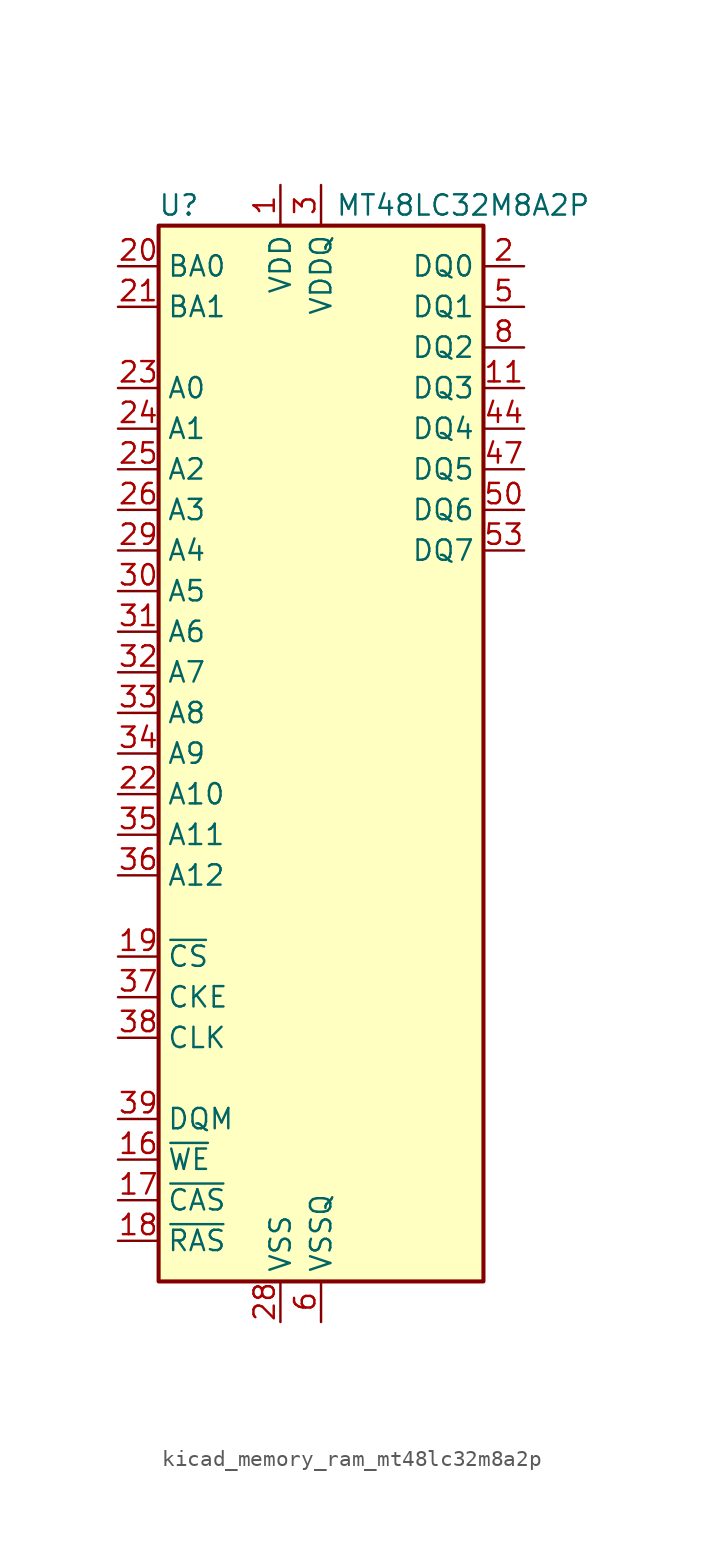
<source format=kicad_sym>
(kicad_symbol_lib
  (version 20220914)
  (generator kicad_symbol_editor)
  (symbol "kicad_memory_ram_mt48lc32m8a2p"
    (property "Reference" "U"
      (at -8.89 34.29 0)
      (effects (font (size 1.27 1.27))))
    (property "Value" "MT48LC32M8A2P"
      (at 8.89 34.29 0)
      (effects (font (size 1.27 1.27))))
    (symbol "kicad_memory_ram_mt48lc32m8a2p_0_1"
      (rectangle (start -10.16 33.02) (end 10.16 -33.02) (stroke (width 0.254) (type default)) (fill (type background))))
    (symbol "kicad_memory_ram_mt48lc32m8a2p_1_1"
      (pin power_in line (at -2.54 35.56 270) (length 2.54) (name "VDD" (effects (font (size 1.27 1.27)))) (number "1" (effects (font (size 1.27 1.27)))))
      (pin no_connect line (at 10.16 2.54 180) (length 2.54) hide (name "NC" (effects (font (size 1.27 1.27)))) (number "10" (effects (font (size 1.27 1.27)))))
      (pin bidirectional line (at 12.7 22.86 180) (length 2.54) (name "DQ3" (effects (font (size 1.27 1.27)))) (number "11" (effects (font (size 1.27 1.27)))))
      (pin passive line (at 0 -35.56 90) (length 2.54) hide (name "VSSQ" (effects (font (size 1.27 1.27)))) (number "12" (effects (font (size 1.27 1.27)))))
      (pin no_connect line (at 10.16 7.62 180) (length 2.54) hide (name "NC" (effects (font (size 1.27 1.27)))) (number "13" (effects (font (size 1.27 1.27)))))
      (pin passive line (at -2.54 35.56 270) (length 2.54) hide (name "VDD" (effects (font (size 1.27 1.27)))) (number "14" (effects (font (size 1.27 1.27)))))
      (pin no_connect line (at -10.16 -20.32 0) (length 2.54) hide (name "NC" (effects (font (size 1.27 1.27)))) (number "15" (effects (font (size 1.27 1.27)))))
      (pin input line (at -12.7 -25.4 0) (length 2.54) (name "~{WE}" (effects (font (size 1.27 1.27)))) (number "16" (effects (font (size 1.27 1.27)))))
      (pin input line (at -12.7 -27.94 0) (length 2.54) (name "~{CAS}" (effects (font (size 1.27 1.27)))) (number "17" (effects (font (size 1.27 1.27)))))
      (pin input line (at -12.7 -30.48 0) (length 2.54) (name "~{RAS}" (effects (font (size 1.27 1.27)))) (number "18" (effects (font (size 1.27 1.27)))))
      (pin input line (at -12.7 -12.7 0) (length 2.54) (name "~{CS}" (effects (font (size 1.27 1.27)))) (number "19" (effects (font (size 1.27 1.27)))))
      (pin bidirectional line (at 12.7 30.48 180) (length 2.54) (name "DQ0" (effects (font (size 1.27 1.27)))) (number "2" (effects (font (size 1.27 1.27)))))
      (pin input line (at -12.7 30.48 0) (length 2.54) (name "BA0" (effects (font (size 1.27 1.27)))) (number "20" (effects (font (size 1.27 1.27)))))
      (pin input line (at -12.7 27.94 0) (length 2.54) (name "BA1" (effects (font (size 1.27 1.27)))) (number "21" (effects (font (size 1.27 1.27)))))
      (pin input line (at -12.7 -2.54 0) (length 2.54) (name "A10" (effects (font (size 1.27 1.27)))) (number "22" (effects (font (size 1.27 1.27)))))
      (pin input line (at -12.7 22.86 0) (length 2.54) (name "A0" (effects (font (size 1.27 1.27)))) (number "23" (effects (font (size 1.27 1.27)))))
      (pin input line (at -12.7 20.32 0) (length 2.54) (name "A1" (effects (font (size 1.27 1.27)))) (number "24" (effects (font (size 1.27 1.27)))))
      (pin input line (at -12.7 17.78 0) (length 2.54) (name "A2" (effects (font (size 1.27 1.27)))) (number "25" (effects (font (size 1.27 1.27)))))
      (pin input line (at -12.7 15.24 0) (length 2.54) (name "A3" (effects (font (size 1.27 1.27)))) (number "26" (effects (font (size 1.27 1.27)))))
      (pin passive line (at -2.54 35.56 270) (length 2.54) hide (name "VDD" (effects (font (size 1.27 1.27)))) (number "27" (effects (font (size 1.27 1.27)))))
      (pin power_in line (at -2.54 -35.56 90) (length 2.54) (name "VSS" (effects (font (size 1.27 1.27)))) (number "28" (effects (font (size 1.27 1.27)))))
      (pin input line (at -12.7 12.7 0) (length 2.54) (name "A4" (effects (font (size 1.27 1.27)))) (number "29" (effects (font (size 1.27 1.27)))))
      (pin power_in line (at 0 35.56 270) (length 2.54) (name "VDDQ" (effects (font (size 1.27 1.27)))) (number "3" (effects (font (size 1.27 1.27)))))
      (pin input line (at -12.7 10.16 0) (length 2.54) (name "A5" (effects (font (size 1.27 1.27)))) (number "30" (effects (font (size 1.27 1.27)))))
      (pin input line (at -12.7 7.62 0) (length 2.54) (name "A6" (effects (font (size 1.27 1.27)))) (number "31" (effects (font (size 1.27 1.27)))))
      (pin input line (at -12.7 5.08 0) (length 2.54) (name "A7" (effects (font (size 1.27 1.27)))) (number "32" (effects (font (size 1.27 1.27)))))
      (pin input line (at -12.7 2.54 0) (length 2.54) (name "A8" (effects (font (size 1.27 1.27)))) (number "33" (effects (font (size 1.27 1.27)))))
      (pin input line (at -12.7 0 0) (length 2.54) (name "A9" (effects (font (size 1.27 1.27)))) (number "34" (effects (font (size 1.27 1.27)))))
      (pin input line (at -12.7 -5.08 0) (length 2.54) (name "A11" (effects (font (size 1.27 1.27)))) (number "35" (effects (font (size 1.27 1.27)))))
      (pin input line (at -12.7 -7.62 0) (length 2.54) (name "A12" (effects (font (size 1.27 1.27)))) (number "36" (effects (font (size 1.27 1.27)))))
      (pin input line (at -12.7 -15.24 0) (length 2.54) (name "CKE" (effects (font (size 1.27 1.27)))) (number "37" (effects (font (size 1.27 1.27)))))
      (pin input line (at -12.7 -17.78 0) (length 2.54) (name "CLK" (effects (font (size 1.27 1.27)))) (number "38" (effects (font (size 1.27 1.27)))))
      (pin input line (at -12.7 -22.86 0) (length 2.54) (name "DQM" (effects (font (size 1.27 1.27)))) (number "39" (effects (font (size 1.27 1.27)))))
      (pin no_connect line (at 10.16 -7.62 180) (length 2.54) hide (name "NC" (effects (font (size 1.27 1.27)))) (number "4" (effects (font (size 1.27 1.27)))))
      (pin no_connect line (at 10.16 -20.32 180) (length 2.54) hide (name "NC" (effects (font (size 1.27 1.27)))) (number "40" (effects (font (size 1.27 1.27)))))
      (pin passive line (at -2.54 -35.56 90) (length 2.54) hide (name "VSS" (effects (font (size 1.27 1.27)))) (number "41" (effects (font (size 1.27 1.27)))))
      (pin no_connect line (at 10.16 10.16 180) (length 2.54) hide (name "NC" (effects (font (size 1.27 1.27)))) (number "42" (effects (font (size 1.27 1.27)))))
      (pin passive line (at 0 35.56 270) (length 2.54) hide (name "VDDQ" (effects (font (size 1.27 1.27)))) (number "43" (effects (font (size 1.27 1.27)))))
      (pin bidirectional line (at 12.7 20.32 180) (length 2.54) (name "DQ4" (effects (font (size 1.27 1.27)))) (number "44" (effects (font (size 1.27 1.27)))))
      (pin no_connect line (at 10.16 5.08 180) (length 2.54) hide (name "NC" (effects (font (size 1.27 1.27)))) (number "45" (effects (font (size 1.27 1.27)))))
      (pin passive line (at 0 -35.56 90) (length 2.54) hide (name "VSSQ" (effects (font (size 1.27 1.27)))) (number "46" (effects (font (size 1.27 1.27)))))
      (pin bidirectional line (at 12.7 17.78 180) (length 2.54) (name "DQ5" (effects (font (size 1.27 1.27)))) (number "47" (effects (font (size 1.27 1.27)))))
      (pin no_connect line (at 10.16 0 180) (length 2.54) hide (name "NC" (effects (font (size 1.27 1.27)))) (number "48" (effects (font (size 1.27 1.27)))))
      (pin passive line (at 0 35.56 270) (length 2.54) hide (name "VDDQ" (effects (font (size 1.27 1.27)))) (number "49" (effects (font (size 1.27 1.27)))))
      (pin bidirectional line (at 12.7 27.94 180) (length 2.54) (name "DQ1" (effects (font (size 1.27 1.27)))) (number "5" (effects (font (size 1.27 1.27)))))
      (pin bidirectional line (at 12.7 15.24 180) (length 2.54) (name "DQ6" (effects (font (size 1.27 1.27)))) (number "50" (effects (font (size 1.27 1.27)))))
      (pin no_connect line (at 10.16 -5.08 180) (length 2.54) hide (name "NC" (effects (font (size 1.27 1.27)))) (number "51" (effects (font (size 1.27 1.27)))))
      (pin passive line (at 0 -35.56 90) (length 2.54) hide (name "VSSQ" (effects (font (size 1.27 1.27)))) (number "52" (effects (font (size 1.27 1.27)))))
      (pin bidirectional line (at 12.7 12.7 180) (length 2.54) (name "DQ7" (effects (font (size 1.27 1.27)))) (number "53" (effects (font (size 1.27 1.27)))))
      (pin passive line (at -2.54 -35.56 90) (length 2.54) hide (name "VSS" (effects (font (size 1.27 1.27)))) (number "54" (effects (font (size 1.27 1.27)))))
      (pin power_in line (at 0 -35.56 90) (length 2.54) (name "VSSQ" (effects (font (size 1.27 1.27)))) (number "6" (effects (font (size 1.27 1.27)))))
      (pin no_connect line (at 10.16 -2.54 180) (length 2.54) hide (name "NC" (effects (font (size 1.27 1.27)))) (number "7" (effects (font (size 1.27 1.27)))))
      (pin bidirectional line (at 12.7 25.4 180) (length 2.54) (name "DQ2" (effects (font (size 1.27 1.27)))) (number "8" (effects (font (size 1.27 1.27)))))
      (pin passive line (at 0 35.56 270) (length 2.54) hide (name "VDDQ" (effects (font (size 1.27 1.27)))) (number "9" (effects (font (size 1.27 1.27))))))))
</source>
